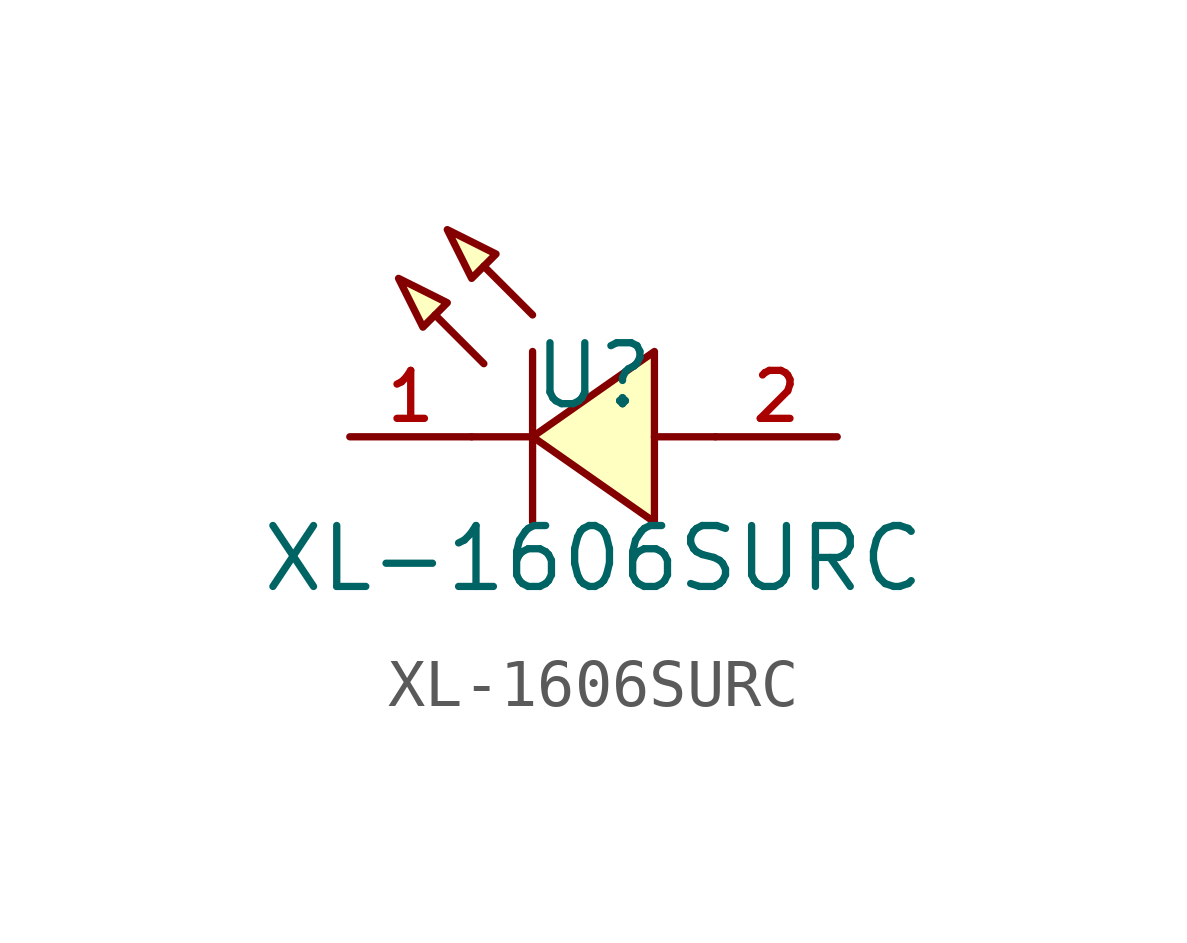
<source format=kicad_sym>
(kicad_symbol_lib
  (version 20210201)
  (generator TousstNicolas/JLC2KiCad_lib)
  (symbol "XL-1606SURC"
    (pin_names hide)
    (property "Reference" "U"
      (at 0 1.27 0)
      (effects (font (size 1.27 1.27))))
    (property "Value" "XL-1606SURC"
      (at 0 -2.54 0)
      (effects (font (size 1.27 1.27))))
    (symbol "XL-1606SURC_0_1"
      (polyline (pts (xy -4.064 3.302) (xy -3.048 2.794) (xy -3.556 2.286) (xy -4.064 3.302)) (stroke (width 0) (type default) (color 0 0 0 0)) (fill (type background)))
      (polyline (pts (xy -3.048 4.318) (xy -2.032 3.81) (xy -2.54 3.302) (xy -3.048 4.318)) (stroke (width 0) (type default) (color 0 0 0 0)) (fill (type background)))
      (polyline (pts (xy -2.286 1.524) (xy -3.302 2.54)) (stroke (width 0) (type default) (color 0 0 0 0)) (fill (type none)))
      (polyline (pts (xy -1.27 2.54) (xy -2.286 3.556)) (stroke (width 0) (type default) (color 0 0 0 0)) (fill (type none)))
      (polyline (pts (xy -1.27 -0.0) (xy -2.54 -0.0)) (stroke (width 0) (type default) (color 0 0 0 0)) (fill (type none)))
      (polyline (pts (xy 2.54 -0.0) (xy 1.27 -0.0)) (stroke (width 0) (type default) (color 0 0 0 0)) (fill (type none)))
      (polyline (pts (xy -1.27 1.778) (xy -1.27 -1.778)) (stroke (width 0) (type default) (color 0 0 0 0)) (fill (type none)))
      (polyline (pts (xy 1.27 1.778) (xy -1.27 -0.0) (xy 1.27 -1.778) (xy 1.27 1.778)) (stroke (width 0) (type default) (color 0 0 0 0)) (fill (type background)))
      (pin unspecified line (at -5.08 -0.0 0) (length 2.54) (name "K" (effects (font (size 1 1)))) (number "1" (effects (font (size 1 1)))))
      (pin unspecified line (at 5.08 -0.0 180) (length 2.54) (name "A" (effects (font (size 1 1)))) (number "2" (effects (font (size 1 1))))))))
</source>
